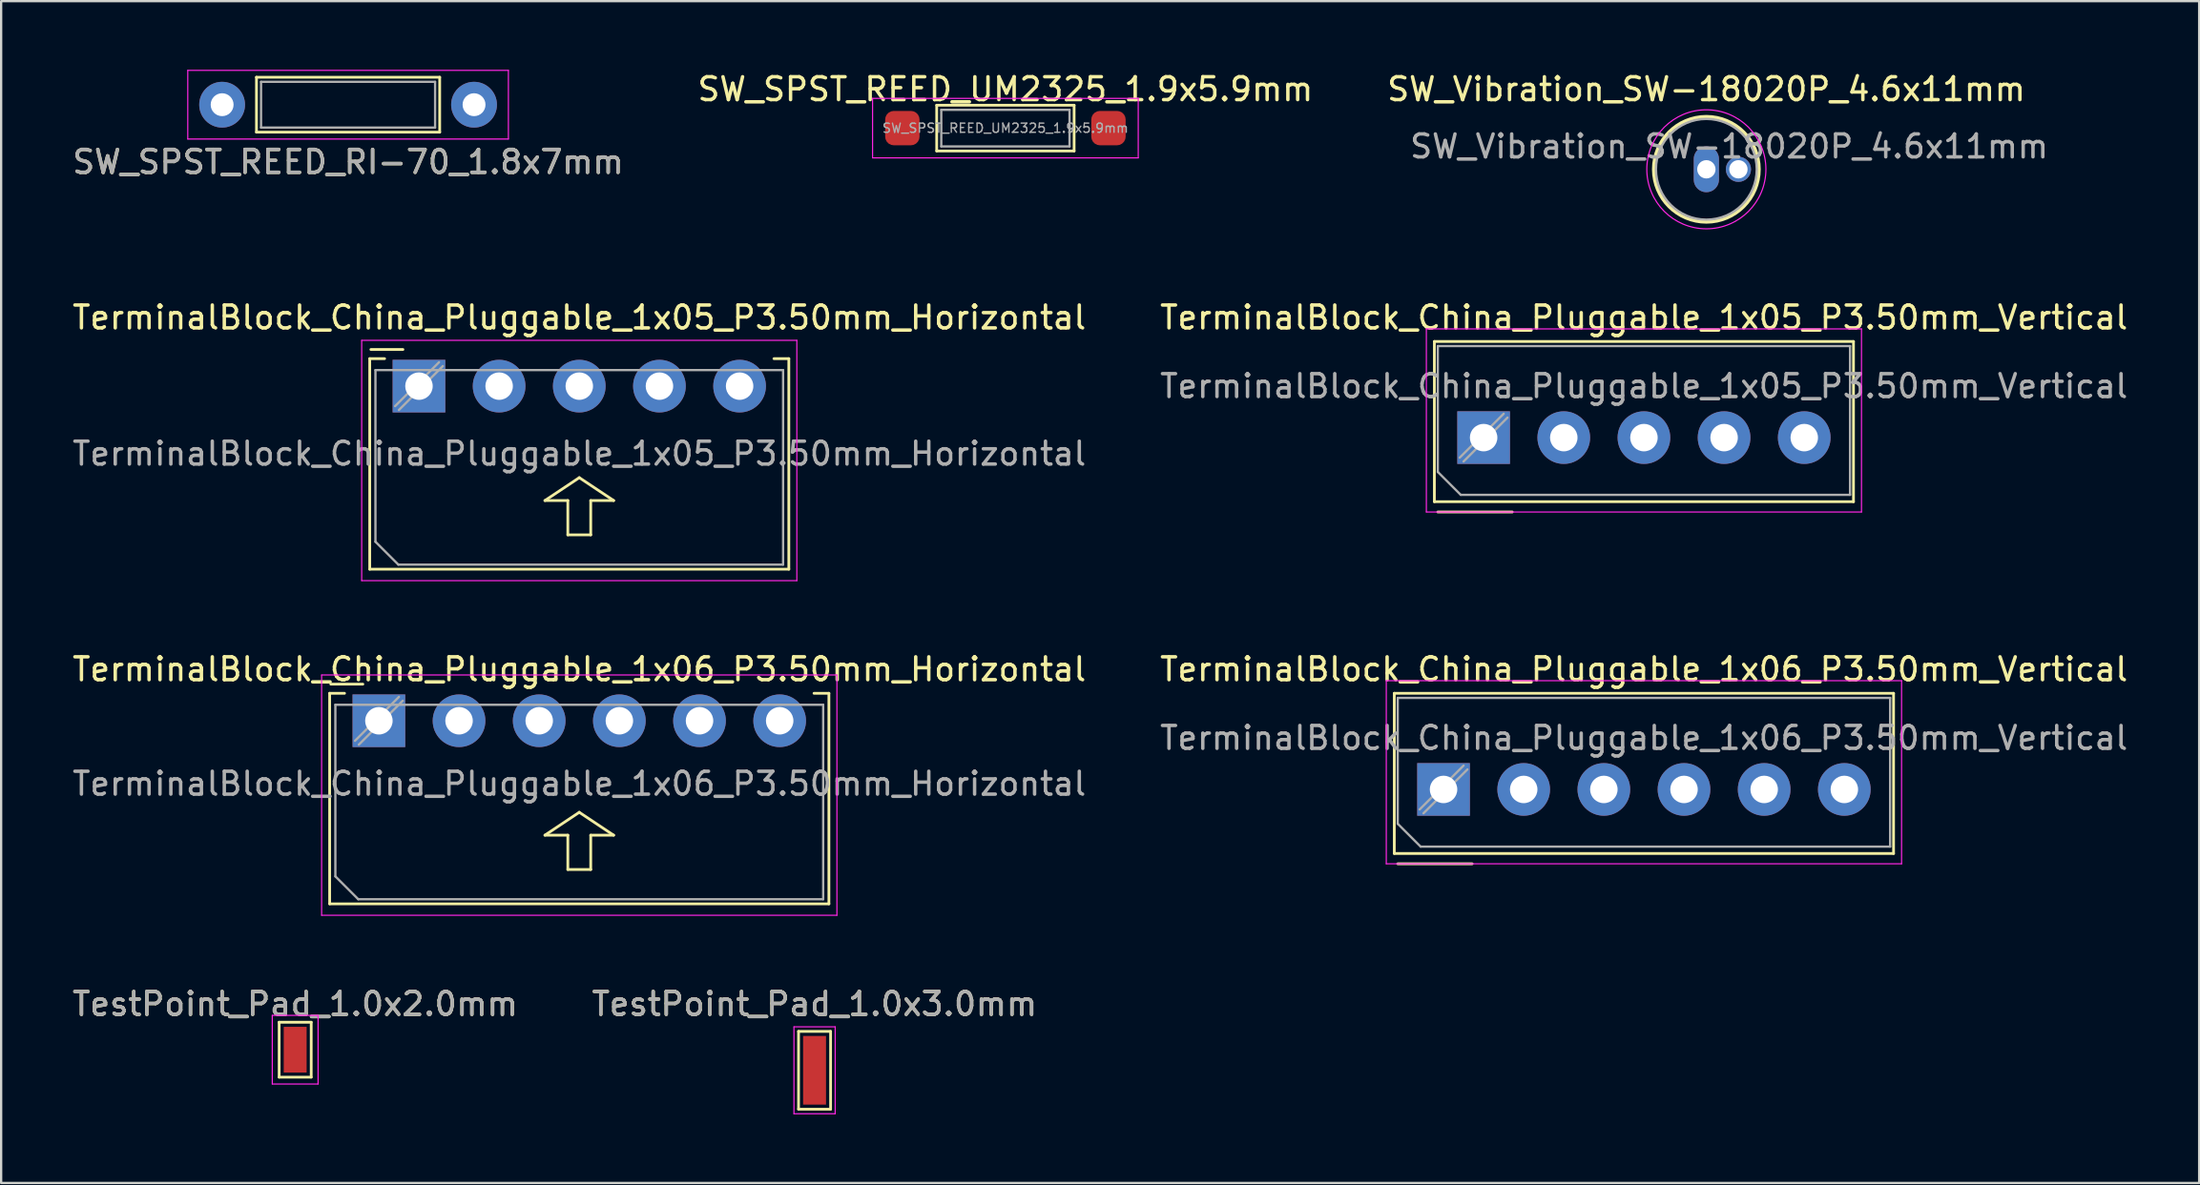
<source format=kicad_pcb>
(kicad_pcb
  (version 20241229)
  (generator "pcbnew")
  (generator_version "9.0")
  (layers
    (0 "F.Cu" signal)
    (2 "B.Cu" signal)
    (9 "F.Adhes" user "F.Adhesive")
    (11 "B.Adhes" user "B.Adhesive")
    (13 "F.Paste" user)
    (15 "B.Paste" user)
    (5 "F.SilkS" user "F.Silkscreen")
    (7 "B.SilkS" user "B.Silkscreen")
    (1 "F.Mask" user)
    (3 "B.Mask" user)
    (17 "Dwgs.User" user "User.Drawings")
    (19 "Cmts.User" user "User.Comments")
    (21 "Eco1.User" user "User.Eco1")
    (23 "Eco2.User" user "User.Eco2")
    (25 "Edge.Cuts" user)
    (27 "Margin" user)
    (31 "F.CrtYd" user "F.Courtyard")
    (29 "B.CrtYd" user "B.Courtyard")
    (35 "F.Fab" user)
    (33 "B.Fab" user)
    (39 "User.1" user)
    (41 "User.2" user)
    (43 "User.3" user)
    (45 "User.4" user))
  (footprint "TerminalBlock_China_Pluggable_1x05_P3.50mm_Vertical"
    (layer "F.Cu")
    (at 61.732 16.072)
    (property "Reference" "TerminalBlock_China_Pluggable_1x05_P3.50mm_Vertical" (at 7 -5.25 0) (layer "F.SilkS") (effects (font (size 1 1) (thickness 0.15))))
    (attr through_hole)
    (fp_line (start -2.15 -4.2) (end -2.15 2.8) (stroke (width 0.12) (type solid)) (layer "F.SilkS"))
    (fp_line (start -2.15 -4.2) (end 16.15 -4.2) (stroke (width 0.12) (type solid)) (layer "F.SilkS"))
    (fp_line (start -2.15 2.8) (end 16.15 2.8) (stroke (width 0.12) (type solid)) (layer "F.SilkS"))
    (fp_line (start -2 3.25) (end 1.25 3.25) (stroke (width 0.12) (type solid)) (layer "F.SilkS"))
    (fp_line (start 16.15 -4.2) (end 16.15 2.8) (stroke (width 0.12) (type solid)) (layer "F.SilkS"))
    (fp_line (start -2.5 -4.75) (end -2.5 3.25) (stroke (width 0.05) (type solid)) (layer "F.CrtYd"))
    (fp_line (start -2.5 3.25) (end 16.5 3.25) (stroke (width 0.05) (type solid)) (layer "F.CrtYd"))
    (fp_line (start 16.5 -4.75) (end -2.5 -4.75) (stroke (width 0.05) (type solid)) (layer "F.CrtYd"))
    (fp_line (start 16.5 3.25) (end 16.5 -4.75) (stroke (width 0.05) (type solid)) (layer "F.CrtYd"))
    (fp_line (start -2 -4) (end 16 -4) (stroke (width 0.1) (type solid)) (layer "F.Fab"))
    (fp_line (start -2 1.5) (end -2 -4) (stroke (width 0.1) (type solid)) (layer "F.Fab"))
    (fp_line (start -1 2.5) (end -2 1.5) (stroke (width 0.1) (type solid)) (layer "F.Fab"))
    (fp_line (start -1 2.5) (end 16 2.5) (stroke (width 0.1) (type solid)) (layer "F.Fab"))
    (fp_line (start 0.876 -1.043) (end -1.043 0.875) (stroke (width 0.1) (type solid)) (layer "F.Fab"))
    (fp_line (start 1.043 -0.875) (end -0.876 1.043) (stroke (width 0.1) (type solid)) (layer "F.Fab"))
    (fp_line (start 16 -4) (end 16 2.5) (stroke (width 0.1) (type solid)) (layer "F.Fab"))
    (fp_text user "${REFERENCE}" (at 7 -2.25 0) (layer "F.Fab") (effects (font (size 1 1) (thickness 0.15))))
    (pad "1" thru_hole rect (at 0 0) (size 2.3 2.3) (drill 1.2) (layers "*.Cu" "*.Mask"))
    (pad "2" thru_hole circle (at 3.5 0) (size 2.3 2.3) (drill 1.2) (layers "*.Cu" "*.Mask"))
    (pad "3" thru_hole circle (at 7 0) (size 2.3 2.3) (drill 1.2) (layers "*.Cu" "*.Mask"))
    (pad "4" thru_hole circle (at 10.5 0) (size 2.3 2.3) (drill 1.2) (layers "*.Cu" "*.Mask"))
    (pad "5" thru_hole circle (at 14 0) (size 2.3 2.3) (drill 1.2) (layers "*.Cu" "*.Mask")))
  (footprint "TerminalBlock_China_Pluggable_1x06_P3.50mm_Vertical"
    (layer "F.Cu")
    (at 59.982 31.445)
    (property "Reference" "TerminalBlock_China_Pluggable_1x06_P3.50mm_Vertical" (at 8.75 -5.25 0) (layer "F.SilkS") (effects (font (size 1 1) (thickness 0.15))))
    (attr through_hole)
    (fp_line (start -2.15 -4.2) (end -2.15 2.8) (stroke (width 0.12) (type solid)) (layer "F.SilkS"))
    (fp_line (start -2.15 -4.2) (end 19.65 -4.2) (stroke (width 0.12) (type solid)) (layer "F.SilkS"))
    (fp_line (start -2.15 2.8) (end 19.65 2.8) (stroke (width 0.12) (type solid)) (layer "F.SilkS"))
    (fp_line (start -2 3.25) (end 1.25 3.25) (stroke (width 0.12) (type solid)) (layer "F.SilkS"))
    (fp_line (start 19.65 -4.2) (end 19.65 2.8) (stroke (width 0.12) (type solid)) (layer "F.SilkS"))
    (fp_line (start -2.5 -4.75) (end -2.5 3.25) (stroke (width 0.05) (type solid)) (layer "F.CrtYd"))
    (fp_line (start -2.5 3.25) (end 20 3.25) (stroke (width 0.05) (type solid)) (layer "F.CrtYd"))
    (fp_line (start 20 -4.75) (end -2.5 -4.75) (stroke (width 0.05) (type solid)) (layer "F.CrtYd"))
    (fp_line (start 20 3.25) (end 20 -4.75) (stroke (width 0.05) (type solid)) (layer "F.CrtYd"))
    (fp_line (start -2 -4) (end 19.5 -4) (stroke (width 0.1) (type solid)) (layer "F.Fab"))
    (fp_line (start -2 1.5) (end -2 -4) (stroke (width 0.1) (type solid)) (layer "F.Fab"))
    (fp_line (start -1 2.5) (end -2 1.5) (stroke (width 0.1) (type solid)) (layer "F.Fab"))
    (fp_line (start -1 2.5) (end 19.5 2.5) (stroke (width 0.1) (type solid)) (layer "F.Fab"))
    (fp_line (start 0.876 -1.043) (end -1.043 0.875) (stroke (width 0.1) (type solid)) (layer "F.Fab"))
    (fp_line (start 1.043 -0.875) (end -0.876 1.043) (stroke (width 0.1) (type solid)) (layer "F.Fab"))
    (fp_line (start 19.5 -4) (end 19.5 2.5) (stroke (width 0.1) (type solid)) (layer "F.Fab"))
    (fp_text user "${REFERENCE}" (at 8.75 -2.25 0) (layer "F.Fab") (effects (font (size 1 1) (thickness 0.15))))
    (pad "1" thru_hole rect (at 0 0) (size 2.3 2.3) (drill 1.2) (layers "*.Cu" "*.Mask"))
    (pad "2" thru_hole circle (at 3.5 0) (size 2.3 2.3) (drill 1.2) (layers "*.Cu" "*.Mask"))
    (pad "3" thru_hole circle (at 7 0) (size 2.3 2.3) (drill 1.2) (layers "*.Cu" "*.Mask"))
    (pad "4" thru_hole circle (at 10.5 0) (size 2.3 2.3) (drill 1.2) (layers "*.Cu" "*.Mask"))
    (pad "5" thru_hole circle (at 14 0) (size 2.3 2.3) (drill 1.2) (layers "*.Cu" "*.Mask"))
    (pad "6" thru_hole circle (at 17.5 0) (size 2.3 2.3) (drill 1.2) (layers "*.Cu" "*.Mask")))
  (footprint "TestPoint_Pad_1.0x3.0mm"
    (layer "F.Cu")
    (at 32.518 43.718)
    (property "Reference" "TestPoint_Pad_1.0x3.0mm" (at 0 -2.9 0) (layer "F.SilkS") (effects (font (size 1 1) (thickness 0.15))))
    (attr exclude_from_pos_files exclude_from_bom)
    (fp_line (start -0.7 -1.7) (end 0.7 -1.7) (stroke (width 0.12) (type solid)) (layer "F.SilkS"))
    (fp_line (start -0.7 1.7) (end -0.7 -1.7) (stroke (width 0.12) (type solid)) (layer "F.SilkS"))
    (fp_line (start 0.7 -1.7) (end 0.7 1.7) (stroke (width 0.12) (type solid)) (layer "F.SilkS"))
    (fp_line (start 0.7 1.7) (end -0.7 1.7) (stroke (width 0.12) (type solid)) (layer "F.SilkS"))
    (fp_line (start -0.9 -1.9) (end -0.9 1.9) (stroke (width 0.05) (type solid)) (layer "F.CrtYd"))
    (fp_line (start -0.9 -1.9) (end 0.9 -1.9) (stroke (width 0.05) (type solid)) (layer "F.CrtYd"))
    (fp_line (start 0.9 1.9) (end -0.9 1.9) (stroke (width 0.05) (type solid)) (layer "F.CrtYd"))
    (fp_line (start 0.9 1.9) (end 0.9 -1.9) (stroke (width 0.05) (type solid)) (layer "F.CrtYd"))
    (fp_text user "${REFERENCE}" (at 0 -2.9 0) (layer "F.Fab") (effects (font (size 1 1) (thickness 0.15))))
    (pad "1" smd rect (at 0 0) (size 1 3) (layers "F.Cu" "F.Mask")))
  (footprint "SW_Vibration_SW-18020P_4.6x11mm"
    (layer "F.Cu")
    (at 71.458 4.348)
    (property "Reference" "SW_Vibration_SW-18020P_4.6x11mm" (at 0 -3.5 0) (layer "F.SilkS") (effects (font (size 1 1) (thickness 0.15))))
    (attr through_hole)
    (fp_circle (center 0 0) (end 2.3 0) (stroke (width 0.15) (type solid)) (fill no) (layer "F.SilkS"))
    (fp_circle (center 0 0) (end 2.6 0) (stroke (width 0.05) (type solid)) (fill no) (layer "F.CrtYd"))
    (fp_circle (center 0 0) (end 2.2 0) (stroke (width 0.1) (type solid)) (fill no) (layer "F.Fab"))
    (fp_text user "${REFERENCE}" (at 1 -1 0) (layer "F.Fab") (effects (font (size 1 1) (thickness 0.15))))
    (pad "1" thru_hole oval (at 0 0) (size 1.1 2) (drill 0.8) (layers "*.Cu" "*.Mask"))
    (pad "2" thru_hole circle (at 1.4 0) (size 1.1 1.1) (drill 0.8) (layers "*.Cu" "*.Mask")))
  (footprint "TerminalBlock_China_Pluggable_1x06_P3.50mm_Horizontal"
    (layer "F.Cu")
    (at 13.494 28.445)
    (property "Reference" "TerminalBlock_China_Pluggable_1x06_P3.50mm_Horizontal" (at 8.75 -2.25 0) (layer "F.SilkS") (effects (font (size 1 1) (thickness 0.15))))
    (attr through_hole)
    (fp_line (start -2.15 -1.2) (end -2.15 8) (stroke (width 0.12) (type solid)) (layer "F.SilkS"))
    (fp_line (start -2.15 -1.2) (end -1.5 -1.2) (stroke (width 0.12) (type solid)) (layer "F.SilkS"))
    (fp_line (start -2.15 8) (end 19.65 8) (stroke (width 0.12) (type solid)) (layer "F.SilkS"))
    (fp_line (start -2.1 -1.6) (end -0.7 -1.6) (stroke (width 0.12) (type solid)) (layer "F.SilkS"))
    (fp_line (start 8.25 5) (end 7.25 5) (stroke (width 0.12) (type solid)) (layer "F.SilkS"))
    (fp_line (start 8.25 5) (end 8.25 6.5) (stroke (width 0.12) (type solid)) (layer "F.SilkS"))
    (fp_line (start 8.75 4) (end 7.25 5) (stroke (width 0.12) (type solid)) (layer "F.SilkS"))
    (fp_line (start 8.75 4) (end 10.25 5) (stroke (width 0.12) (type solid)) (layer "F.SilkS"))
    (fp_line (start 9.25 5) (end 9.25 6.5) (stroke (width 0.12) (type solid)) (layer "F.SilkS"))
    (fp_line (start 9.25 6.5) (end 8.25 6.5) (stroke (width 0.12) (type solid)) (layer "F.SilkS"))
    (fp_line (start 10.25 5) (end 9.25 5) (stroke (width 0.12) (type solid)) (layer "F.SilkS"))
    (fp_line (start 19 -1.2) (end 19.65 -1.2) (stroke (width 0.12) (type solid)) (layer "F.SilkS"))
    (fp_line (start 19.65 -1.2) (end 19.65 8) (stroke (width 0.12) (type solid)) (layer "F.SilkS"))
    (fp_line (start -2.5 -2) (end -2.5 8.5) (stroke (width 0.05) (type solid)) (layer "F.CrtYd"))
    (fp_line (start -2.5 8.5) (end 20 8.5) (stroke (width 0.05) (type solid)) (layer "F.CrtYd"))
    (fp_line (start 20 -2) (end -2.5 -2) (stroke (width 0.05) (type solid)) (layer "F.CrtYd"))
    (fp_line (start 20 8.5) (end 20 -2) (stroke (width 0.05) (type solid)) (layer "F.CrtYd"))
    (fp_line (start -1.9 -0.7) (end 19.4 -0.7) (stroke (width 0.1) (type solid)) (layer "F.Fab"))
    (fp_line (start -1.9 6.8) (end -1.9 -0.7) (stroke (width 0.1) (type solid)) (layer "F.Fab"))
    (fp_line (start -0.9 7.8) (end -1.9 6.8) (stroke (width 0.1) (type solid)) (layer "F.Fab"))
    (fp_line (start -0.9 7.8) (end 19.4 7.8) (stroke (width 0.1) (type solid)) (layer "F.Fab"))
    (fp_line (start 0.876 -1.043) (end -1.043 0.875) (stroke (width 0.1) (type solid)) (layer "F.Fab"))
    (fp_line (start 1.043 -0.875) (end -0.876 1.043) (stroke (width 0.1) (type solid)) (layer "F.Fab"))
    (fp_line (start 19.4 -0.7) (end 19.4 7.8) (stroke (width 0.1) (type solid)) (layer "F.Fab"))
    (fp_text user "${REFERENCE}" (at 8.75 2.75 0) (layer "F.Fab") (effects (font (size 1 1) (thickness 0.15))))
    (pad "1" thru_hole rect (at 0 0) (size 2.3 2.3) (drill 1.2) (layers "*.Cu" "*.Mask"))
    (pad "2" thru_hole circle (at 3.5 0) (size 2.3 2.3) (drill 1.2) (layers "*.Cu" "*.Mask"))
    (pad "3" thru_hole circle (at 7 0) (size 2.3 2.3) (drill 1.2) (layers "*.Cu" "*.Mask"))
    (pad "4" thru_hole circle (at 10.5 0) (size 2.3 2.3) (drill 1.2) (layers "*.Cu" "*.Mask"))
    (pad "5" thru_hole circle (at 14 0) (size 2.3 2.3) (drill 1.2) (layers "*.Cu" "*.Mask"))
    (pad "6" thru_hole circle (at 17.5 0) (size 2.3 2.3) (drill 1.2) (layers "*.Cu" "*.Mask")))
  (footprint "SW_SPST_REED_UM2325_1.9x5.9mm"
    (layer "F.Cu")
    (at 40.851 2.548)
    (property "Reference" "SW_SPST_REED_UM2325_1.9x5.9mm" (at 0 -1.7 0) (layer "F.SilkS") (effects (font (size 1 1) (thickness 0.15))))
    (attr smd)
    (fp_line (start -3 -1) (end 3 -1) (stroke (width 0.12) (type solid)) (layer "F.SilkS"))
    (fp_line (start -3 1) (end -3 -1) (stroke (width 0.12) (type solid)) (layer "F.SilkS"))
    (fp_line (start -3 1) (end 3 1) (stroke (width 0.12) (type solid)) (layer "F.SilkS"))
    (fp_line (start 3 1) (end 3 -1) (stroke (width 0.12) (type solid)) (layer "F.SilkS"))
    (fp_line (start -5.8 -1.3) (end 5.8 -1.3) (stroke (width 0.05) (type solid)) (layer "F.CrtYd"))
    (fp_line (start -5.8 1.3) (end -5.8 -1.3) (stroke (width 0.05) (type solid)) (layer "F.CrtYd"))
    (fp_line (start 5.8 -1.3) (end 5.8 1.3) (stroke (width 0.05) (type solid)) (layer "F.CrtYd"))
    (fp_line (start 5.8 1.3) (end -5.8 1.3) (stroke (width 0.05) (type solid)) (layer "F.CrtYd"))
    (fp_line (start -2.8 -0.8) (end 2.8 -0.8) (stroke (width 0.1) (type solid)) (layer "F.Fab"))
    (fp_line (start -2.8 0.8) (end -2.8 -0.8) (stroke (width 0.1) (type solid)) (layer "F.Fab"))
    (fp_line (start 2.8 -0.8) (end 2.8 0.8) (stroke (width 0.1) (type solid)) (layer "F.Fab"))
    (fp_line (start 2.8 0.8) (end -2.8 0.8) (stroke (width 0.1) (type solid)) (layer "F.Fab"))
    (fp_text user "${REFERENCE}" (at 0 0 0) (layer "F.Fab") (effects (font (size 0.4 0.4) (thickness 0.06))))
    (pad "1" smd roundrect (at -4.5 0) (size 1.5 1.5) (layers "F.Cu" "F.Mask" "F.Paste") (roundrect_rratio 0.25))
    (pad "2" smd roundrect (at 4.5 0) (size 1.5 1.5) (layers "F.Cu" "F.Mask" "F.Paste") (roundrect_rratio 0.25)))
  (footprint "TestPoint_Pad_1.0x2.0mm"
    (layer "F.Cu")
    (at 9.839 42.818)
    (property "Reference" "TestPoint_Pad_1.0x2.0mm" (at 0 -1.998 0) (layer "F.SilkS") (effects (font (size 1 1) (thickness 0.15))))
    (attr exclude_from_pos_files exclude_from_bom)
    (fp_line (start -0.7 -1.2) (end 0.7 -1.2) (stroke (width 0.12) (type solid)) (layer "F.SilkS"))
    (fp_line (start -0.7 1.2) (end -0.7 -1.2) (stroke (width 0.12) (type solid)) (layer "F.SilkS"))
    (fp_line (start 0.7 -1.2) (end 0.7 1.2) (stroke (width 0.12) (type solid)) (layer "F.SilkS"))
    (fp_line (start 0.7 1.2) (end -0.7 1.2) (stroke (width 0.12) (type solid)) (layer "F.SilkS"))
    (fp_line (start -1 -1.5) (end -1 1.5) (stroke (width 0.05) (type solid)) (layer "F.CrtYd"))
    (fp_line (start -1 -1.5) (end 1 -1.5) (stroke (width 0.05) (type solid)) (layer "F.CrtYd"))
    (fp_line (start 1 1.5) (end -1 1.5) (stroke (width 0.05) (type solid)) (layer "F.CrtYd"))
    (fp_line (start 1 1.5) (end 1 -1.5) (stroke (width 0.05) (type solid)) (layer "F.CrtYd"))
    (fp_text user "${REFERENCE}" (at 0 -2 0) (layer "F.Fab") (effects (font (size 1 1) (thickness 0.15))))
    (pad "1" smd rect (at 0 0) (size 1 2) (layers "F.Cu" "F.Mask")))
  (footprint "TerminalBlock_China_Pluggable_1x05_P3.50mm_Horizontal"
    (layer "F.Cu")
    (at 15.244 13.822)
    (property "Reference" "TerminalBlock_China_Pluggable_1x05_P3.50mm_Horizontal" (at 7 -3 0) (layer "F.SilkS") (effects (font (size 1 1) (thickness 0.15))))
    (attr through_hole)
    (fp_line (start -2.15 -1.2) (end -2.15 8) (stroke (width 0.12) (type solid)) (layer "F.SilkS"))
    (fp_line (start -2.15 -1.2) (end -1.5 -1.2) (stroke (width 0.12) (type solid)) (layer "F.SilkS"))
    (fp_line (start -2.15 8) (end 16.15 8) (stroke (width 0.12) (type solid)) (layer "F.SilkS"))
    (fp_line (start -2.1 -1.6) (end -0.7 -1.6) (stroke (width 0.12) (type solid)) (layer "F.SilkS"))
    (fp_line (start 6.5 5) (end 5.5 5) (stroke (width 0.12) (type solid)) (layer "F.SilkS"))
    (fp_line (start 6.5 5) (end 6.5 6.5) (stroke (width 0.12) (type solid)) (layer "F.SilkS"))
    (fp_line (start 7 4) (end 5.5 5) (stroke (width 0.12) (type solid)) (layer "F.SilkS"))
    (fp_line (start 7 4) (end 8.5 5) (stroke (width 0.12) (type solid)) (layer "F.SilkS"))
    (fp_line (start 7.5 5) (end 7.5 6.5) (stroke (width 0.12) (type solid)) (layer "F.SilkS"))
    (fp_line (start 7.5 6.5) (end 6.5 6.5) (stroke (width 0.12) (type solid)) (layer "F.SilkS"))
    (fp_line (start 8.5 5) (end 7.5 5) (stroke (width 0.12) (type solid)) (layer "F.SilkS"))
    (fp_line (start 15.5 -1.2) (end 16.15 -1.2) (stroke (width 0.12) (type solid)) (layer "F.SilkS"))
    (fp_line (start 16.15 -1.2) (end 16.15 8) (stroke (width 0.12) (type solid)) (layer "F.SilkS"))
    (fp_line (start -2.5 -2) (end -2.5 8.5) (stroke (width 0.05) (type solid)) (layer "F.CrtYd"))
    (fp_line (start -2.5 8.5) (end 16.5 8.5) (stroke (width 0.05) (type solid)) (layer "F.CrtYd"))
    (fp_line (start 16.5 -2) (end -2.5 -2) (stroke (width 0.05) (type solid)) (layer "F.CrtYd"))
    (fp_line (start 16.5 8.5) (end 16.5 -2) (stroke (width 0.05) (type solid)) (layer "F.CrtYd"))
    (fp_line (start -1.9 -0.7) (end 15.9 -0.7) (stroke (width 0.1) (type solid)) (layer "F.Fab"))
    (fp_line (start -1.9 6.8) (end -1.9 -0.7) (stroke (width 0.1) (type solid)) (layer "F.Fab"))
    (fp_line (start -0.9 7.8) (end -1.9 6.8) (stroke (width 0.1) (type solid)) (layer "F.Fab"))
    (fp_line (start -0.9 7.8) (end 15.9 7.8) (stroke (width 0.1) (type solid)) (layer "F.Fab"))
    (fp_line (start 0.876 -1.043) (end -1.043 0.875) (stroke (width 0.1) (type solid)) (layer "F.Fab"))
    (fp_line (start 1.043 -0.875) (end -0.876 1.043) (stroke (width 0.1) (type solid)) (layer "F.Fab"))
    (fp_line (start 15.9 -0.7) (end 15.9 7.8) (stroke (width 0.1) (type solid)) (layer "F.Fab"))
    (fp_text user "${REFERENCE}" (at 7 2.95 0) (layer "F.Fab") (effects (font (size 1 1) (thickness 0.15))))
    (pad "1" thru_hole rect (at 0 0) (size 2.3 2.3) (drill 1.2) (layers "*.Cu" "*.Mask"))
    (pad "2" thru_hole circle (at 3.5 0) (size 2.3 2.3) (drill 1.2) (layers "*.Cu" "*.Mask"))
    (pad "3" thru_hole circle (at 7 0) (size 2.3 2.3) (drill 1.2) (layers "*.Cu" "*.Mask"))
    (pad "4" thru_hole circle (at 10.5 0) (size 2.3 2.3) (drill 1.2) (layers "*.Cu" "*.Mask"))
    (pad "5" thru_hole circle (at 14 0) (size 2.3 2.3) (drill 1.2) (layers "*.Cu" "*.Mask")))
  (footprint "SW_SPST_REED_RI-70_1.8x7mm"
    (layer "F.Cu")
    (at 12.149 1.525)
    (property "Reference" "SW_SPST_REED_RI-70_1.8x7mm" (at 0 2.5 0) (layer "F.SilkS") (effects (font (size 1 1) (thickness 0.15))))
    (attr smd)
    (fp_line (start -4 -1.2) (end -4 1.2) (stroke (width 0.12) (type solid)) (layer "F.SilkS"))
    (fp_line (start -4 1.2) (end 4 1.2) (stroke (width 0.12) (type solid)) (layer "F.SilkS"))
    (fp_line (start 4 -1.2) (end -4 -1.2) (stroke (width 0.12) (type solid)) (layer "F.SilkS"))
    (fp_line (start 4 1.2) (end 4 -1.2) (stroke (width 0.12) (type solid)) (layer "F.SilkS"))
    (fp_line (start -7 1.5) (end -7 -1.5) (stroke (width 0.05) (type solid)) (layer "F.CrtYd"))
    (fp_line (start -7 1.5) (end 7 1.5) (stroke (width 0.05) (type solid)) (layer "F.CrtYd"))
    (fp_line (start 7 -1.5) (end -7 -1.5) (stroke (width 0.05) (type solid)) (layer "F.CrtYd"))
    (fp_line (start 7 -1.5) (end 7 1.5) (stroke (width 0.05) (type solid)) (layer "F.CrtYd"))
    (fp_line (start -3.8 -1) (end 3.8 -1) (stroke (width 0.1) (type solid)) (layer "F.Fab"))
    (fp_line (start -3.8 1) (end -3.8 -1) (stroke (width 0.1) (type solid)) (layer "F.Fab"))
    (fp_line (start 3.8 -1) (end 3.8 1) (stroke (width 0.1) (type solid)) (layer "F.Fab"))
    (fp_line (start 3.8 1) (end -3.8 1) (stroke (width 0.1) (type solid)) (layer "F.Fab"))
    (fp_text user "${REFERENCE}" (at 0 2.5 0) (layer "F.Fab") (effects (font (size 1 1) (thickness 0.15))))
    (pad "1" thru_hole circle (at -5.5 0) (size 2 2) (drill 1) (layers "*.Cu" "*.Mask"))
    (pad "2" thru_hole circle (at 5.5 0) (size 2 2) (drill 1) (layers "*.Cu" "*.Mask")))
  (gr_rect
    (start -3 -3)
    (end 92.976 48.643)
    (stroke (width 0.1) (type default))
    (fill no)
    (layer "Edge.Cuts")))
</source>
